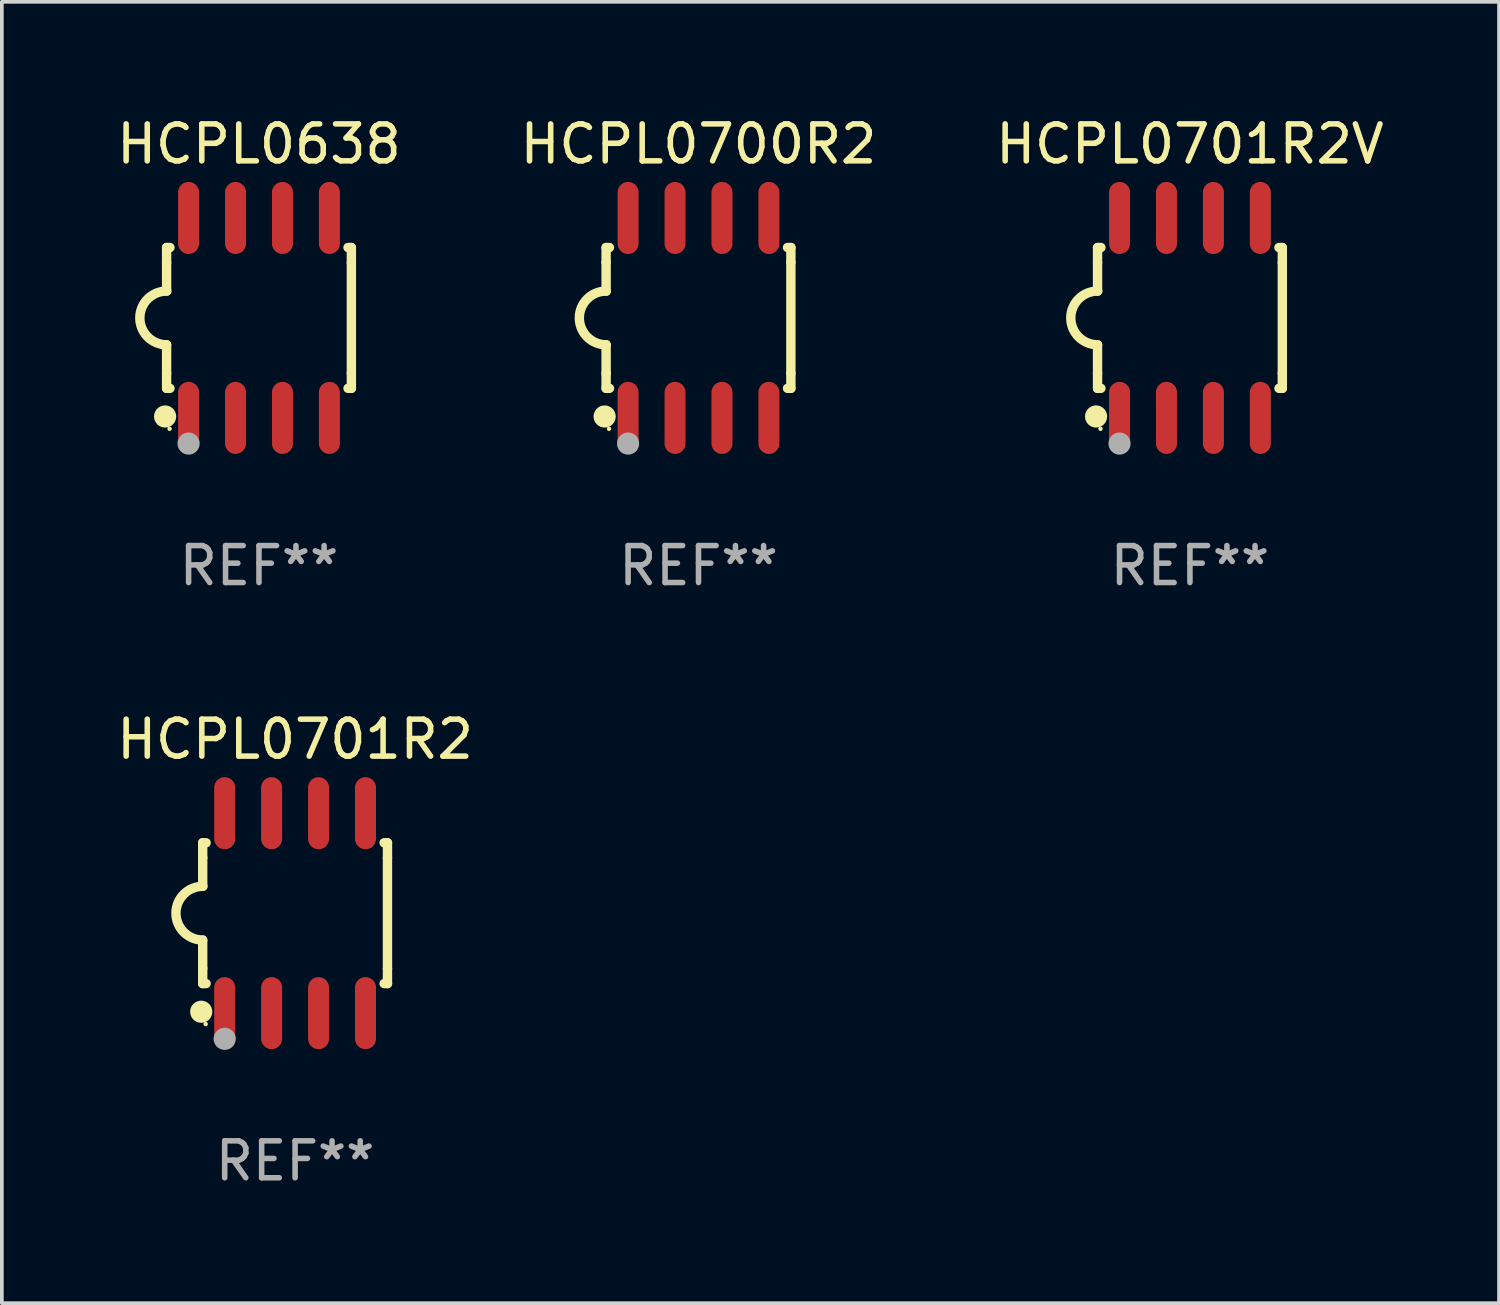
<source format=kicad_pcb>
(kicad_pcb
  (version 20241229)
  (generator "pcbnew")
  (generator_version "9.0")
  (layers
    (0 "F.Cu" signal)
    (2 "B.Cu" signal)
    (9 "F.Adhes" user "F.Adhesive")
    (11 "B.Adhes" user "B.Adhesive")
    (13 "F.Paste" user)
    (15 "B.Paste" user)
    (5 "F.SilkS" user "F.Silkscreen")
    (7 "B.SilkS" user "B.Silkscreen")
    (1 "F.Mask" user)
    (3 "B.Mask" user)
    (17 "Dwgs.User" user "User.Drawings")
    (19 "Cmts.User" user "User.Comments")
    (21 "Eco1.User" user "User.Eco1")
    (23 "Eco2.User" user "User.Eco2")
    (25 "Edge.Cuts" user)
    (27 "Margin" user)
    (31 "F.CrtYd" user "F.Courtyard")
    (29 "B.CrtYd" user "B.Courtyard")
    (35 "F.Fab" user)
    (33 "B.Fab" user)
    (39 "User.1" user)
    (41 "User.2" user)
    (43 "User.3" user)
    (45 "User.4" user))
  (footprint "HCPL0700R2"
    (layer "F.Cu")
    (at 15.851 5.553)
    (property "Reference" "HCPL0700R2" (at 0 -4.705 0) (layer "F.SilkS") (effects (font (size 1 1) (thickness 0.15))))
    (attr through_hole)
    (fp_line (start -2.5 -1.905) (end -2.409 -1.905) (stroke (width 0.254) (type solid)) (layer "F.SilkS"))
    (fp_line (start -2.5 -1.5) (end -2.5 -1.905) (stroke (width 0.254) (type solid)) (layer "F.SilkS"))
    (fp_line (start -2.5 -1.5) (end -2.5 -0.726) (stroke (width 0.254) (type solid)) (layer "F.SilkS"))
    (fp_line (start -2.5 1.5) (end -2.5 0.727) (stroke (width 0.254) (type solid)) (layer "F.SilkS"))
    (fp_line (start -2.5 1.5) (end -2.5 1.905) (stroke (width 0.254) (type solid)) (layer "F.SilkS"))
    (fp_line (start -2.5 1.905) (end -2.409 1.905) (stroke (width 0.254) (type solid)) (layer "F.SilkS"))
    (fp_line (start 2.5 -1.905) (end 2.409 -1.905) (stroke (width 0.254) (type solid)) (layer "F.SilkS"))
    (fp_line (start 2.5 -1.5) (end 2.5 -1.905) (stroke (width 0.254) (type solid)) (layer "F.SilkS"))
    (fp_line (start 2.5 -1.5) (end 2.5 1.5) (stroke (width 0.254) (type solid)) (layer "F.SilkS"))
    (fp_line (start 2.5 1.5) (end 2.5 1.905) (stroke (width 0.254) (type solid)) (layer "F.SilkS"))
    (fp_line (start 2.5 1.905) (end 2.409 1.905) (stroke (width 0.254) (type solid)) (layer "F.SilkS"))
    (fp_arc (start -2.5 0.726568) (mid -3.220316 -0.0023) (end -2.495097 -0.726289) (stroke (width 0.254001) (type solid)) (layer "F.SilkS"))
    (fp_circle (center -2.54 2.667) (end -2.39 2.667) (stroke (width 0.3) (type solid)) (fill no) (layer "F.SilkS"))
    (fp_circle (center -2.42 3) (end -2.39 3) (stroke (width 0.06) (type solid)) (fill no) (layer "F.SilkS"))
    (fp_circle (center -1.905 3.4) (end -1.755 3.4) (stroke (width 0.3) (type solid)) (fill no) (layer "F.Fab"))
    (fp_text user "REF**" (at 0 6.705 0) (layer "F.Fab") (effects (font (size 1 1) (thickness 0.15))))
    (pad "1" smd oval (at -1.905 2.705) (size 0.568 1.95) (layers "F.Cu" "F.Mask" "F.Paste"))
    (pad "2" smd oval (at -0.635 2.705) (size 0.568 1.95) (layers "F.Cu" "F.Mask" "F.Paste"))
    (pad "3" smd oval (at 0.635 2.705) (size 0.568 1.95) (layers "F.Cu" "F.Mask" "F.Paste"))
    (pad "4" smd oval (at 1.905 2.705) (size 0.568 1.95) (layers "F.Cu" "F.Mask" "F.Paste"))
    (pad "5" smd oval (at 1.905 -2.705) (size 0.568 1.95) (layers "F.Cu" "F.Mask" "F.Paste"))
    (pad "6" smd oval (at 0.635 -2.705) (size 0.568 1.95) (layers "F.Cu" "F.Mask" "F.Paste"))
    (pad "7" smd oval (at -0.635 -2.705) (size 0.568 1.95) (layers "F.Cu" "F.Mask" "F.Paste"))
    (pad "8" smd oval (at -1.905 -2.705) (size 0.568 1.95) (layers "F.Cu" "F.Mask" "F.Paste")))
  (footprint "HCPL0638"
    (layer "F.Cu")
    (at 3.958 5.553)
    (property "Reference" "HCPL0638" (at 0 -4.705 0) (layer "F.SilkS") (effects (font (size 1 1) (thickness 0.15))))
    (attr through_hole)
    (fp_line (start -2.5 -1.905) (end -2.409 -1.905) (stroke (width 0.254) (type solid)) (layer "F.SilkS"))
    (fp_line (start -2.5 -1.5) (end -2.5 -1.905) (stroke (width 0.254) (type solid)) (layer "F.SilkS"))
    (fp_line (start -2.5 -1.5) (end -2.5 -0.726) (stroke (width 0.254) (type solid)) (layer "F.SilkS"))
    (fp_line (start -2.5 1.5) (end -2.5 0.727) (stroke (width 0.254) (type solid)) (layer "F.SilkS"))
    (fp_line (start -2.5 1.5) (end -2.5 1.905) (stroke (width 0.254) (type solid)) (layer "F.SilkS"))
    (fp_line (start -2.5 1.905) (end -2.409 1.905) (stroke (width 0.254) (type solid)) (layer "F.SilkS"))
    (fp_line (start 2.5 -1.905) (end 2.409 -1.905) (stroke (width 0.254) (type solid)) (layer "F.SilkS"))
    (fp_line (start 2.5 -1.5) (end 2.5 -1.905) (stroke (width 0.254) (type solid)) (layer "F.SilkS"))
    (fp_line (start 2.5 -1.5) (end 2.5 1.5) (stroke (width 0.254) (type solid)) (layer "F.SilkS"))
    (fp_line (start 2.5 1.5) (end 2.5 1.905) (stroke (width 0.254) (type solid)) (layer "F.SilkS"))
    (fp_line (start 2.5 1.905) (end 2.409 1.905) (stroke (width 0.254) (type solid)) (layer "F.SilkS"))
    (fp_arc (start -2.5 0.726568) (mid -3.220316 -0.0023) (end -2.495097 -0.726289) (stroke (width 0.254001) (type solid)) (layer "F.SilkS"))
    (fp_circle (center -2.54 2.667) (end -2.39 2.667) (stroke (width 0.3) (type solid)) (fill no) (layer "F.SilkS"))
    (fp_circle (center -2.42 3) (end -2.39 3) (stroke (width 0.06) (type solid)) (fill no) (layer "F.SilkS"))
    (fp_circle (center -1.905 3.4) (end -1.755 3.4) (stroke (width 0.3) (type solid)) (fill no) (layer "F.Fab"))
    (fp_text user "REF**" (at 0 6.705 0) (layer "F.Fab") (effects (font (size 1 1) (thickness 0.15))))
    (pad "1" smd oval (at -1.905 2.705) (size 0.568 1.95) (layers "F.Cu" "F.Mask" "F.Paste"))
    (pad "2" smd oval (at -0.635 2.705) (size 0.568 1.95) (layers "F.Cu" "F.Mask" "F.Paste"))
    (pad "3" smd oval (at 0.635 2.705) (size 0.568 1.95) (layers "F.Cu" "F.Mask" "F.Paste"))
    (pad "4" smd oval (at 1.905 2.705) (size 0.568 1.95) (layers "F.Cu" "F.Mask" "F.Paste"))
    (pad "5" smd oval (at 1.905 -2.705) (size 0.568 1.95) (layers "F.Cu" "F.Mask" "F.Paste"))
    (pad "6" smd oval (at 0.635 -2.705) (size 0.568 1.95) (layers "F.Cu" "F.Mask" "F.Paste"))
    (pad "7" smd oval (at -0.635 -2.705) (size 0.568 1.95) (layers "F.Cu" "F.Mask" "F.Paste"))
    (pad "8" smd oval (at -1.905 -2.705) (size 0.568 1.95) (layers "F.Cu" "F.Mask" "F.Paste")))
  (footprint "HCPL0701R2"
    (layer "F.Cu")
    (at 4.935 21.66)
    (property "Reference" "HCPL0701R2" (at 0 -4.705 0) (layer "F.SilkS") (effects (font (size 1 1) (thickness 0.15))))
    (attr through_hole)
    (fp_line (start -2.5 -1.905) (end -2.409 -1.905) (stroke (width 0.254) (type solid)) (layer "F.SilkS"))
    (fp_line (start -2.5 -1.5) (end -2.5 -1.905) (stroke (width 0.254) (type solid)) (layer "F.SilkS"))
    (fp_line (start -2.5 -1.5) (end -2.5 -0.726) (stroke (width 0.254) (type solid)) (layer "F.SilkS"))
    (fp_line (start -2.5 1.5) (end -2.5 0.727) (stroke (width 0.254) (type solid)) (layer "F.SilkS"))
    (fp_line (start -2.5 1.5) (end -2.5 1.905) (stroke (width 0.254) (type solid)) (layer "F.SilkS"))
    (fp_line (start -2.5 1.905) (end -2.409 1.905) (stroke (width 0.254) (type solid)) (layer "F.SilkS"))
    (fp_line (start 2.5 -1.905) (end 2.409 -1.905) (stroke (width 0.254) (type solid)) (layer "F.SilkS"))
    (fp_line (start 2.5 -1.5) (end 2.5 -1.905) (stroke (width 0.254) (type solid)) (layer "F.SilkS"))
    (fp_line (start 2.5 -1.5) (end 2.5 1.5) (stroke (width 0.254) (type solid)) (layer "F.SilkS"))
    (fp_line (start 2.5 1.5) (end 2.5 1.905) (stroke (width 0.254) (type solid)) (layer "F.SilkS"))
    (fp_line (start 2.5 1.905) (end 2.409 1.905) (stroke (width 0.254) (type solid)) (layer "F.SilkS"))
    (fp_arc (start -2.5 0.726568) (mid -3.220316 -0.0023) (end -2.495097 -0.726289) (stroke (width 0.254001) (type solid)) (layer "F.SilkS"))
    (fp_circle (center -2.54 2.667) (end -2.39 2.667) (stroke (width 0.3) (type solid)) (fill no) (layer "F.SilkS"))
    (fp_circle (center -2.42 3) (end -2.39 3) (stroke (width 0.06) (type solid)) (fill no) (layer "F.SilkS"))
    (fp_circle (center -1.905 3.4) (end -1.755 3.4) (stroke (width 0.3) (type solid)) (fill no) (layer "F.Fab"))
    (fp_text user "REF**" (at 0 6.705 0) (layer "F.Fab") (effects (font (size 1 1) (thickness 0.15))))
    (pad "1" smd oval (at -1.905 2.705) (size 0.568 1.95) (layers "F.Cu" "F.Mask" "F.Paste"))
    (pad "2" smd oval (at -0.635 2.705) (size 0.568 1.95) (layers "F.Cu" "F.Mask" "F.Paste"))
    (pad "3" smd oval (at 0.635 2.705) (size 0.568 1.95) (layers "F.Cu" "F.Mask" "F.Paste"))
    (pad "4" smd oval (at 1.905 2.705) (size 0.568 1.95) (layers "F.Cu" "F.Mask" "F.Paste"))
    (pad "5" smd oval (at 1.905 -2.705) (size 0.568 1.95) (layers "F.Cu" "F.Mask" "F.Paste"))
    (pad "6" smd oval (at 0.635 -2.705) (size 0.568 1.95) (layers "F.Cu" "F.Mask" "F.Paste"))
    (pad "7" smd oval (at -0.635 -2.705) (size 0.568 1.95) (layers "F.Cu" "F.Mask" "F.Paste"))
    (pad "8" smd oval (at -1.905 -2.705) (size 0.568 1.95) (layers "F.Cu" "F.Mask" "F.Paste")))
  (footprint "HCPL0701R2V"
    (layer "F.Cu")
    (at 29.149 5.553)
    (property "Reference" "HCPL0701R2V" (at 0 -4.705 0) (layer "F.SilkS") (effects (font (size 1 1) (thickness 0.15))))
    (attr through_hole)
    (fp_line (start -2.5 -1.905) (end -2.409 -1.905) (stroke (width 0.254) (type solid)) (layer "F.SilkS"))
    (fp_line (start -2.5 -1.5) (end -2.5 -1.905) (stroke (width 0.254) (type solid)) (layer "F.SilkS"))
    (fp_line (start -2.5 -1.5) (end -2.5 -0.726) (stroke (width 0.254) (type solid)) (layer "F.SilkS"))
    (fp_line (start -2.5 1.5) (end -2.5 0.727) (stroke (width 0.254) (type solid)) (layer "F.SilkS"))
    (fp_line (start -2.5 1.5) (end -2.5 1.905) (stroke (width 0.254) (type solid)) (layer "F.SilkS"))
    (fp_line (start -2.5 1.905) (end -2.409 1.905) (stroke (width 0.254) (type solid)) (layer "F.SilkS"))
    (fp_line (start 2.5 -1.905) (end 2.409 -1.905) (stroke (width 0.254) (type solid)) (layer "F.SilkS"))
    (fp_line (start 2.5 -1.5) (end 2.5 -1.905) (stroke (width 0.254) (type solid)) (layer "F.SilkS"))
    (fp_line (start 2.5 -1.5) (end 2.5 1.5) (stroke (width 0.254) (type solid)) (layer "F.SilkS"))
    (fp_line (start 2.5 1.5) (end 2.5 1.905) (stroke (width 0.254) (type solid)) (layer "F.SilkS"))
    (fp_line (start 2.5 1.905) (end 2.409 1.905) (stroke (width 0.254) (type solid)) (layer "F.SilkS"))
    (fp_arc (start -2.5 0.726568) (mid -3.220316 -0.0023) (end -2.495097 -0.726289) (stroke (width 0.254001) (type solid)) (layer "F.SilkS"))
    (fp_circle (center -2.54 2.667) (end -2.39 2.667) (stroke (width 0.3) (type solid)) (fill no) (layer "F.SilkS"))
    (fp_circle (center -2.42 3) (end -2.39 3) (stroke (width 0.06) (type solid)) (fill no) (layer "F.SilkS"))
    (fp_circle (center -1.905 3.4) (end -1.755 3.4) (stroke (width 0.3) (type solid)) (fill no) (layer "F.Fab"))
    (fp_text user "REF**" (at 0 6.705 0) (layer "F.Fab") (effects (font (size 1 1) (thickness 0.15))))
    (pad "1" smd oval (at -1.905 2.705) (size 0.568 1.95) (layers "F.Cu" "F.Mask" "F.Paste"))
    (pad "2" smd oval (at -0.635 2.705) (size 0.568 1.95) (layers "F.Cu" "F.Mask" "F.Paste"))
    (pad "3" smd oval (at 0.635 2.705) (size 0.568 1.95) (layers "F.Cu" "F.Mask" "F.Paste"))
    (pad "4" smd oval (at 1.905 2.705) (size 0.568 1.95) (layers "F.Cu" "F.Mask" "F.Paste"))
    (pad "5" smd oval (at 1.905 -2.705) (size 0.568 1.95) (layers "F.Cu" "F.Mask" "F.Paste"))
    (pad "6" smd oval (at 0.635 -2.705) (size 0.568 1.95) (layers "F.Cu" "F.Mask" "F.Paste"))
    (pad "7" smd oval (at -0.635 -2.705) (size 0.568 1.95) (layers "F.Cu" "F.Mask" "F.Paste"))
    (pad "8" smd oval (at -1.905 -2.705) (size 0.568 1.95) (layers "F.Cu" "F.Mask" "F.Paste")))
  (gr_rect
    (start -3 -3)
    (end 37.512 32.213)
    (stroke (width 0.1) (type default))
    (fill no)
    (layer "Edge.Cuts")))
</source>
